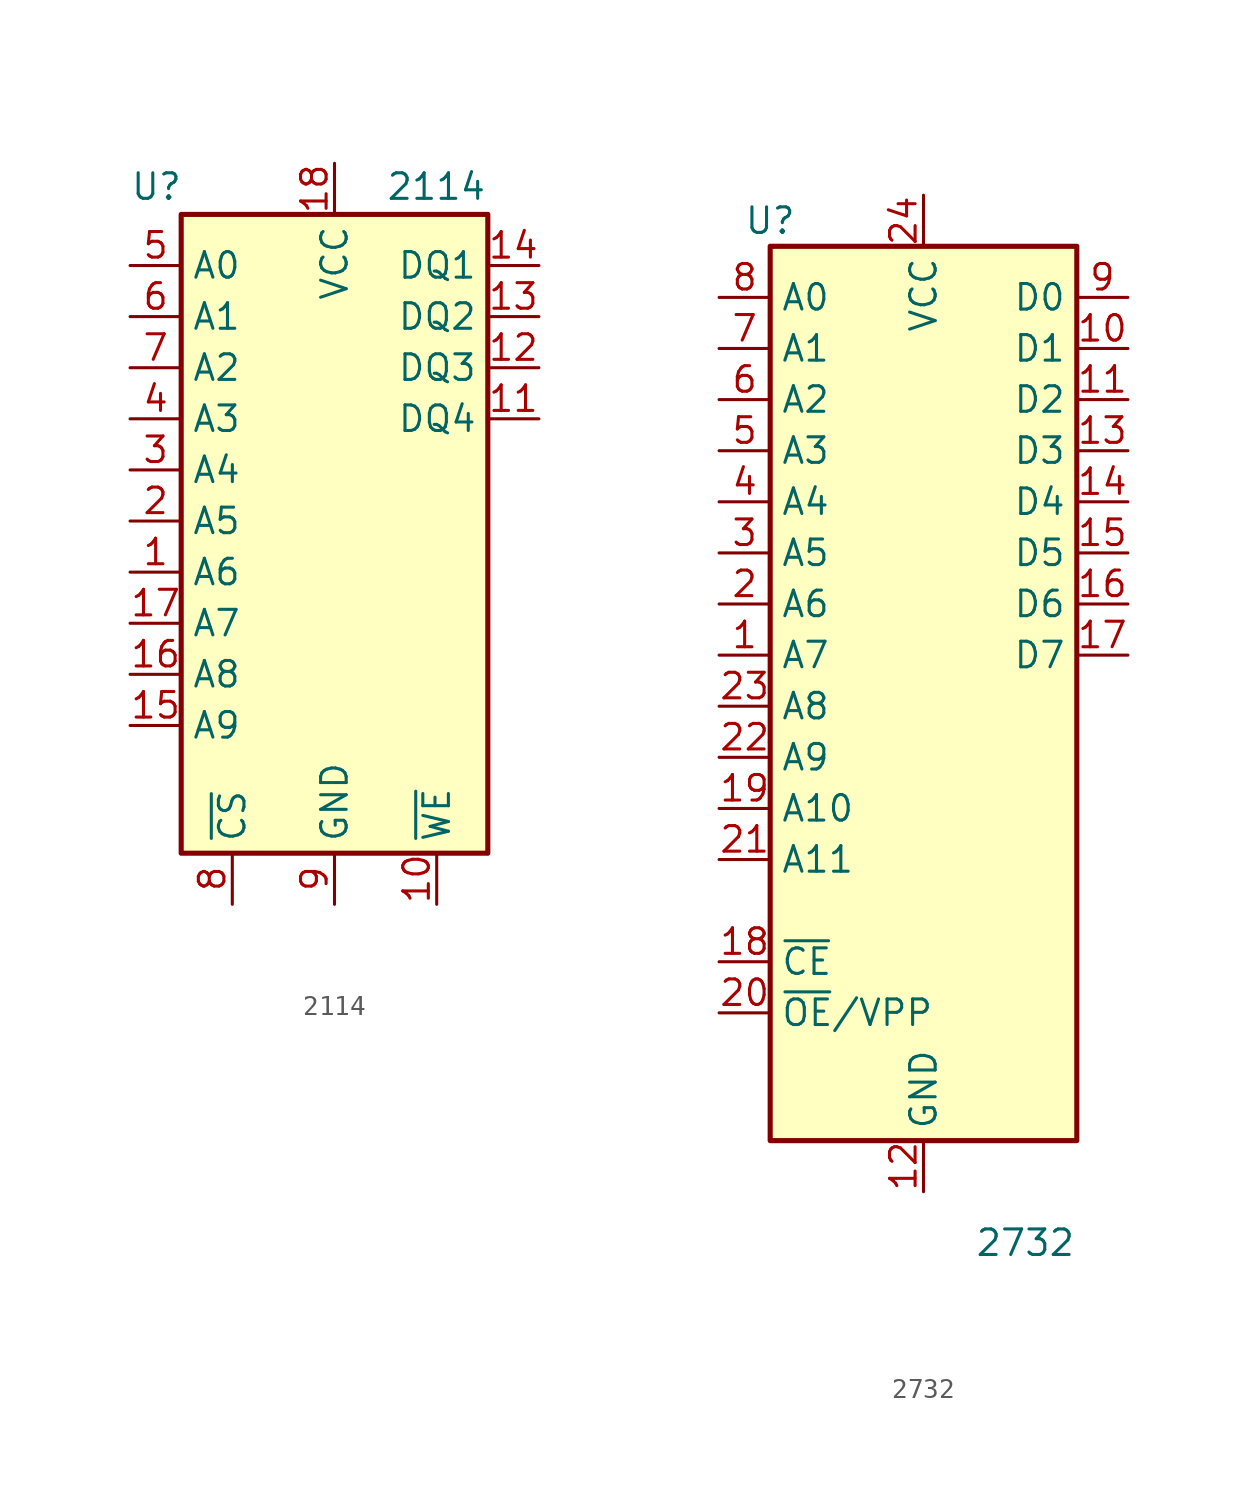
<source format=kicad_sym>
(kicad_symbol_lib
  (version 20220914)
  (generator kicad_symbol_editor)
  (symbol "2114"
    (property "Reference" "U"
      (at -10.16 20.955 0)
      (effects (font (size 1.27 1.27)) (justify left bottom)))
    (property "Value" "2114"
      (at 2.54 20.955 0)
      (effects (font (size 1.27 1.27)) (justify left bottom)))
    (symbol "2114_0_1"
      (rectangle (start -7.62 20.32) (end 7.62 -11.43) (stroke (width 0.254) (type default)) (fill (type background))))
    (symbol "2114_1_0"
      (pin power_in line (at 0 22.86 270) (length 2.54) (name "VCC" (effects (font (size 1.27 1.27)))) (number "18" (effects (font (size 1.27 1.27)))))
      (pin power_in line (at 0 -13.97 90) (length 2.54) (name "GND" (effects (font (size 1.27 1.27)))) (number "9" (effects (font (size 1.27 1.27))))))
    (symbol "2114_1_1"
      (pin input line (at -10.16 2.54 0) (length 2.54) (name "A6" (effects (font (size 1.27 1.27)))) (number "1" (effects (font (size 1.27 1.27)))))
      (pin input line (at 5.08 -13.97 90) (length 2.54) (name "~{WE}" (effects (font (size 1.27 1.27)))) (number "10" (effects (font (size 1.27 1.27)))))
      (pin tri_state line (at 10.16 10.16 180) (length 2.54) (name "DQ4" (effects (font (size 1.27 1.27)))) (number "11" (effects (font (size 1.27 1.27)))))
      (pin tri_state line (at 10.16 12.7 180) (length 2.54) (name "DQ3" (effects (font (size 1.27 1.27)))) (number "12" (effects (font (size 1.27 1.27)))))
      (pin tri_state line (at 10.16 15.24 180) (length 2.54) (name "DQ2" (effects (font (size 1.27 1.27)))) (number "13" (effects (font (size 1.27 1.27)))))
      (pin tri_state line (at 10.16 17.78 180) (length 2.54) (name "DQ1" (effects (font (size 1.27 1.27)))) (number "14" (effects (font (size 1.27 1.27)))))
      (pin input line (at -10.16 -5.08 0) (length 2.54) (name "A9" (effects (font (size 1.27 1.27)))) (number "15" (effects (font (size 1.27 1.27)))))
      (pin input line (at -10.16 -2.54 0) (length 2.54) (name "A8" (effects (font (size 1.27 1.27)))) (number "16" (effects (font (size 1.27 1.27)))))
      (pin input line (at -10.16 0 0) (length 2.54) (name "A7" (effects (font (size 1.27 1.27)))) (number "17" (effects (font (size 1.27 1.27)))))
      (pin input line (at -10.16 5.08 0) (length 2.54) (name "A5" (effects (font (size 1.27 1.27)))) (number "2" (effects (font (size 1.27 1.27)))))
      (pin input line (at -10.16 7.62 0) (length 2.54) (name "A4" (effects (font (size 1.27 1.27)))) (number "3" (effects (font (size 1.27 1.27)))))
      (pin input line (at -10.16 10.16 0) (length 2.54) (name "A3" (effects (font (size 1.27 1.27)))) (number "4" (effects (font (size 1.27 1.27)))))
      (pin input line (at -10.16 17.78 0) (length 2.54) (name "A0" (effects (font (size 1.27 1.27)))) (number "5" (effects (font (size 1.27 1.27)))))
      (pin input line (at -10.16 15.24 0) (length 2.54) (name "A1" (effects (font (size 1.27 1.27)))) (number "6" (effects (font (size 1.27 1.27)))))
      (pin input line (at -10.16 12.7 0) (length 2.54) (name "A2" (effects (font (size 1.27 1.27)))) (number "7" (effects (font (size 1.27 1.27)))))
      (pin input line (at -5.08 -13.97 90) (length 2.54) (name "~{CS}" (effects (font (size 1.27 1.27)))) (number "8" (effects (font (size 1.27 1.27)))))))
  (symbol "2732"
    (property "Reference" "U"
      (at -7.62 24.13 0)
      (effects (font (size 1.27 1.27))))
    (property "Value" "2732"
      (at 2.54 -26.67 0)
      (effects (font (size 1.27 1.27)) (justify left)))
    (symbol "2732_1_1"
      (rectangle (start -7.62 22.86) (end 7.62 -21.59) (stroke (width 0.254) (type default)) (fill (type background)))
      (pin input line (at -10.16 2.54 0) (length 2.54) (name "A7" (effects (font (size 1.27 1.27)))) (number "1" (effects (font (size 1.27 1.27)))))
      (pin tri_state line (at 10.16 17.78 180) (length 2.54) (name "D1" (effects (font (size 1.27 1.27)))) (number "10" (effects (font (size 1.27 1.27)))))
      (pin tri_state line (at 10.16 15.24 180) (length 2.54) (name "D2" (effects (font (size 1.27 1.27)))) (number "11" (effects (font (size 1.27 1.27)))))
      (pin power_in line (at 0 -24.13 90) (length 2.54) (name "GND" (effects (font (size 1.27 1.27)))) (number "12" (effects (font (size 1.27 1.27)))))
      (pin tri_state line (at 10.16 12.7 180) (length 2.54) (name "D3" (effects (font (size 1.27 1.27)))) (number "13" (effects (font (size 1.27 1.27)))))
      (pin tri_state line (at 10.16 10.16 180) (length 2.54) (name "D4" (effects (font (size 1.27 1.27)))) (number "14" (effects (font (size 1.27 1.27)))))
      (pin tri_state line (at 10.16 7.62 180) (length 2.54) (name "D5" (effects (font (size 1.27 1.27)))) (number "15" (effects (font (size 1.27 1.27)))))
      (pin tri_state line (at 10.16 5.08 180) (length 2.54) (name "D6" (effects (font (size 1.27 1.27)))) (number "16" (effects (font (size 1.27 1.27)))))
      (pin tri_state line (at 10.16 2.54 180) (length 2.54) (name "D7" (effects (font (size 1.27 1.27)))) (number "17" (effects (font (size 1.27 1.27)))))
      (pin input line (at -10.16 -12.7 0) (length 2.54) (name "~{CE}" (effects (font (size 1.27 1.27)))) (number "18" (effects (font (size 1.27 1.27)))))
      (pin input line (at -10.16 -5.08 0) (length 2.54) (name "A10" (effects (font (size 1.27 1.27)))) (number "19" (effects (font (size 1.27 1.27)))))
      (pin input line (at -10.16 5.08 0) (length 2.54) (name "A6" (effects (font (size 1.27 1.27)))) (number "2" (effects (font (size 1.27 1.27)))))
      (pin input line (at -10.16 -15.24 0) (length 2.54) (name "~{OE}/VPP" (effects (font (size 1.27 1.27)))) (number "20" (effects (font (size 1.27 1.27)))))
      (pin input line (at -10.16 -7.62 0) (length 2.54) (name "A11" (effects (font (size 1.27 1.27)))) (number "21" (effects (font (size 1.27 1.27)))))
      (pin input line (at -10.16 -2.54 0) (length 2.54) (name "A9" (effects (font (size 1.27 1.27)))) (number "22" (effects (font (size 1.27 1.27)))))
      (pin input line (at -10.16 0 0) (length 2.54) (name "A8" (effects (font (size 1.27 1.27)))) (number "23" (effects (font (size 1.27 1.27)))))
      (pin power_in line (at 0 25.4 270) (length 2.54) (name "VCC" (effects (font (size 1.27 1.27)))) (number "24" (effects (font (size 1.27 1.27)))))
      (pin input line (at -10.16 7.62 0) (length 2.54) (name "A5" (effects (font (size 1.27 1.27)))) (number "3" (effects (font (size 1.27 1.27)))))
      (pin input line (at -10.16 10.16 0) (length 2.54) (name "A4" (effects (font (size 1.27 1.27)))) (number "4" (effects (font (size 1.27 1.27)))))
      (pin input line (at -10.16 12.7 0) (length 2.54) (name "A3" (effects (font (size 1.27 1.27)))) (number "5" (effects (font (size 1.27 1.27)))))
      (pin input line (at -10.16 15.24 0) (length 2.54) (name "A2" (effects (font (size 1.27 1.27)))) (number "6" (effects (font (size 1.27 1.27)))))
      (pin input line (at -10.16 17.78 0) (length 2.54) (name "A1" (effects (font (size 1.27 1.27)))) (number "7" (effects (font (size 1.27 1.27)))))
      (pin input line (at -10.16 20.32 0) (length 2.54) (name "A0" (effects (font (size 1.27 1.27)))) (number "8" (effects (font (size 1.27 1.27)))))
      (pin tri_state line (at 10.16 20.32 180) (length 2.54) (name "D0" (effects (font (size 1.27 1.27)))) (number "9" (effects (font (size 1.27 1.27))))))))
</source>
